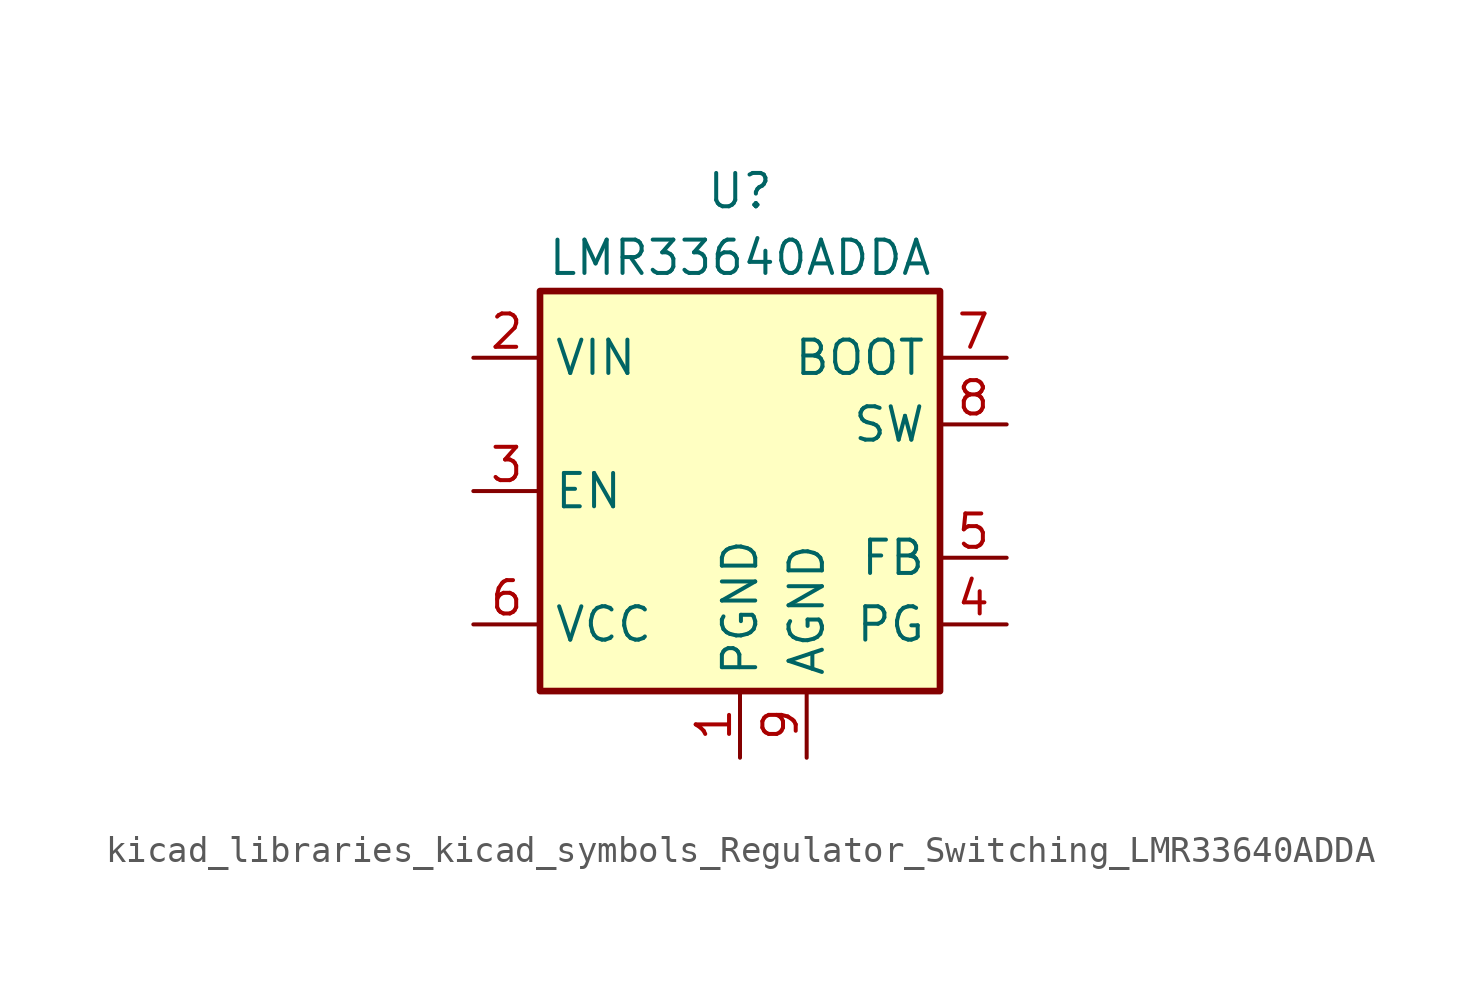
<source format=kicad_sym>
(kicad_symbol_lib
  (version 20220914)
  (generator kicad_symbol_editor)
  (symbol "kicad_libraries_kicad_symbols_Regulator_Switching_LMR33640ADDA"
    (property "Reference" "U"
      (at 0 11.43 0)
      (effects (font (size 1.27 1.27))))
    (property "Value" "LMR33640ADDA"
      (at 0 8.89 0)
      (effects (font (size 1.27 1.27))))
    (symbol "kicad_libraries_kicad_symbols_Regulator_Switching_LMR33640ADDA_0_1"
      (rectangle (start -7.62 7.62) (end 7.62 -7.62) (stroke (width 0.254) (type default)) (fill (type background))))
    (symbol "kicad_libraries_kicad_symbols_Regulator_Switching_LMR33640ADDA_1_1"
      (pin power_in line (at 0 -10.16 90) (length 2.54) (name "PGND" (effects (font (size 1.27 1.27)))) (number "1" (effects (font (size 1.27 1.27)))))
      (pin power_in line (at -10.16 5.08 0) (length 2.54) (name "VIN" (effects (font (size 1.27 1.27)))) (number "2" (effects (font (size 1.27 1.27)))))
      (pin input line (at -10.16 0 0) (length 2.54) (name "EN" (effects (font (size 1.27 1.27)))) (number "3" (effects (font (size 1.27 1.27)))))
      (pin open_collector line (at 10.16 -5.08 180) (length 2.54) (name "PG" (effects (font (size 1.27 1.27)))) (number "4" (effects (font (size 1.27 1.27)))))
      (pin input line (at 10.16 -2.54 180) (length 2.54) (name "FB" (effects (font (size 1.27 1.27)))) (number "5" (effects (font (size 1.27 1.27)))))
      (pin power_out line (at -10.16 -5.08 0) (length 2.54) (name "VCC" (effects (font (size 1.27 1.27)))) (number "6" (effects (font (size 1.27 1.27)))))
      (pin input line (at 10.16 5.08 180) (length 2.54) (name "BOOT" (effects (font (size 1.27 1.27)))) (number "7" (effects (font (size 1.27 1.27)))))
      (pin output line (at 10.16 2.54 180) (length 2.54) (name "SW" (effects (font (size 1.27 1.27)))) (number "8" (effects (font (size 1.27 1.27)))))
      (pin power_in line (at 2.54 -10.16 90) (length 2.54) (name "AGND" (effects (font (size 1.27 1.27)))) (number "9" (effects (font (size 1.27 1.27))))))))
</source>
